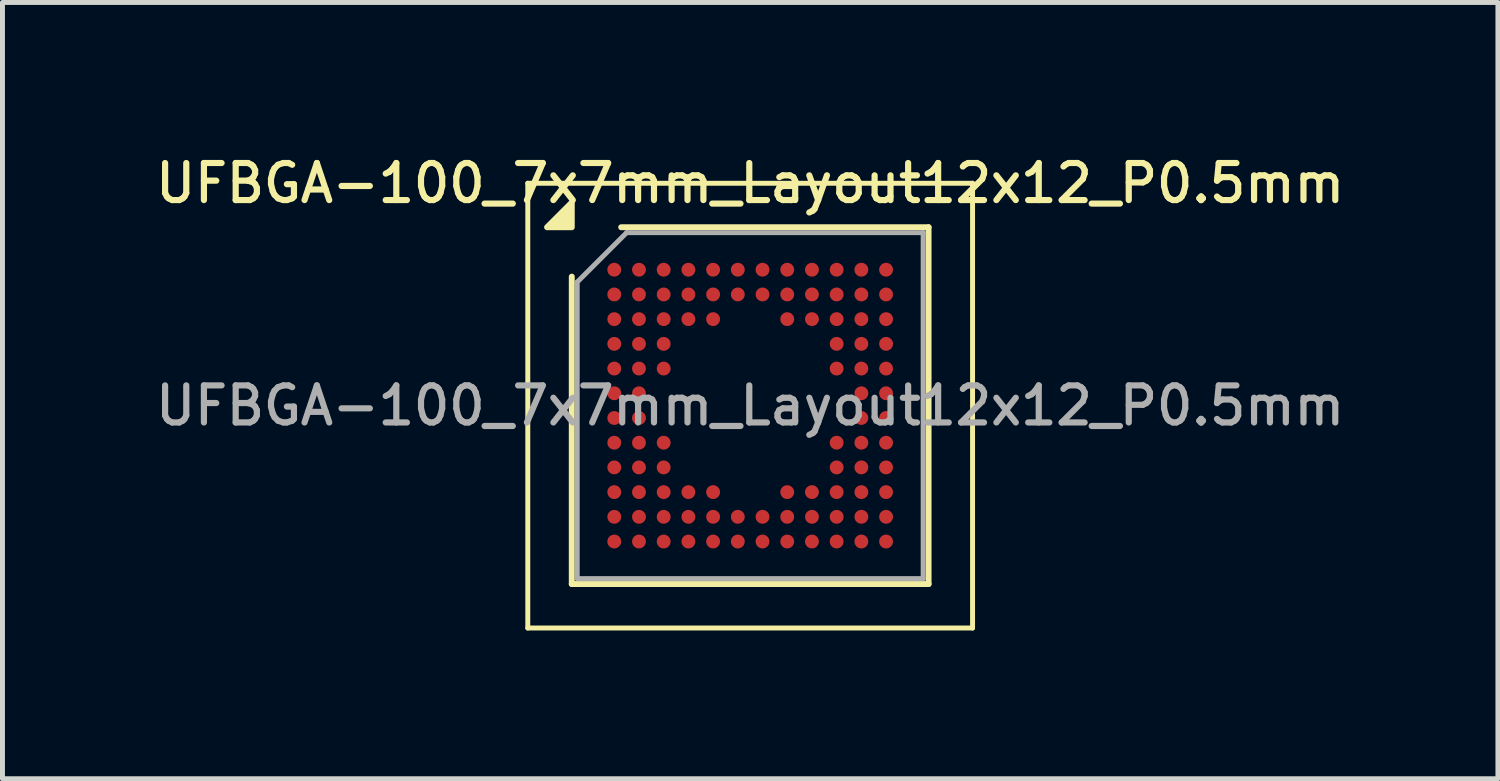
<source format=kicad_pcb>
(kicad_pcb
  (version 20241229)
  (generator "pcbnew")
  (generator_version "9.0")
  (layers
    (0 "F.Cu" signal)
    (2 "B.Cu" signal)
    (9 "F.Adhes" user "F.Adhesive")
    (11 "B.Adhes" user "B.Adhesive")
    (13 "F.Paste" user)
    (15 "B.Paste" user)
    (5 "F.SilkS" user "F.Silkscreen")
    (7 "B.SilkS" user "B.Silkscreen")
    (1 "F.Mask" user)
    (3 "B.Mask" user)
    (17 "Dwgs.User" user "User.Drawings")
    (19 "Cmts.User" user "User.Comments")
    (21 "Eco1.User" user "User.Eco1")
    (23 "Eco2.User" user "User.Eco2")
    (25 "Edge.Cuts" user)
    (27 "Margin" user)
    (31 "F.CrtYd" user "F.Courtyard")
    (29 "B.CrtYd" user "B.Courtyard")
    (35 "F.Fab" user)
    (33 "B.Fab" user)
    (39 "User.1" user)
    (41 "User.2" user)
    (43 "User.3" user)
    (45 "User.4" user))
  (footprint "UFBGA-100_7x7mm_Layout12x12_P0.5mm"
    (layer "F.Cu")
    (at 12.13 5.158)
    (property "Reference" "UFBGA-100_7x7mm_Layout12x12_P0.5mm" (at 0 -4.5 0) (layer "F.SilkS") (effects (font (size 0.75 0.75) (thickness 0.125))))
    (attr smd)
    (fp_line (start -4.5 -4.5) (end -4.5 4.5) (stroke (width 0.1) (type solid)) (layer "F.SilkS"))
    (fp_line (start -4.5 4.5) (end 4.5 4.5) (stroke (width 0.1) (type solid)) (layer "F.SilkS"))
    (fp_line (start -3.61 3.61) (end -3.61 -2.61) (stroke (width 0.12) (type solid)) (layer "F.SilkS"))
    (fp_line (start -2.61 -3.61) (end 3.61 -3.61) (stroke (width 0.12) (type solid)) (layer "F.SilkS"))
    (fp_line (start 3.61 -3.61) (end 3.61 3.61) (stroke (width 0.12) (type solid)) (layer "F.SilkS"))
    (fp_line (start 3.61 3.61) (end -3.61 3.61) (stroke (width 0.12) (type solid)) (layer "F.SilkS"))
    (fp_line (start 4.5 -4.5) (end -4.5 -4.5) (stroke (width 0.1) (type solid)) (layer "F.SilkS"))
    (fp_line (start 4.5 4.5) (end 4.5 -4.5) (stroke (width 0.1) (type solid)) (layer "F.SilkS"))
    (fp_poly (pts (xy -3.61 -3.61) (xy -4.11 -3.61) (xy -3.61 -4.11) (xy -3.61 -3.61)) (stroke (width 0.12) (type solid)) (fill yes) (layer "F.SilkS"))
    (fp_line (start -3.5 -2.5) (end -2.5 -3.5) (stroke (width 0.1) (type solid)) (layer "F.Fab"))
    (fp_line (start -3.5 3.5) (end -3.5 -2.5) (stroke (width 0.1) (type solid)) (layer "F.Fab"))
    (fp_line (start -2.5 -3.5) (end 3.5 -3.5) (stroke (width 0.1) (type solid)) (layer "F.Fab"))
    (fp_line (start 3.5 -3.5) (end 3.5 3.5) (stroke (width 0.1) (type solid)) (layer "F.Fab"))
    (fp_line (start 3.5 3.5) (end -3.5 3.5) (stroke (width 0.1) (type solid)) (layer "F.Fab"))
    (fp_text user "${REFERENCE}" (at 0 0 0) (layer "F.Fab") (effects (font (size 0.75 0.75) (thickness 0.125))))
    (pad "A1" smd circle (at -2.75 -2.75) (size 0.28 0.28) (property pad_prop_bga) (layers "F.Cu" "F.Mask" "F.Paste"))
    (pad "A2" smd circle (at -2.25 -2.75) (size 0.28 0.28) (property pad_prop_bga) (layers "F.Cu" "F.Mask" "F.Paste"))
    (pad "A3" smd circle (at -1.75 -2.75) (size 0.28 0.28) (property pad_prop_bga) (layers "F.Cu" "F.Mask" "F.Paste"))
    (pad "A4" smd circle (at -1.25 -2.75) (size 0.28 0.28) (property pad_prop_bga) (layers "F.Cu" "F.Mask" "F.Paste"))
    (pad "A5" smd circle (at -0.75 -2.75) (size 0.28 0.28) (property pad_prop_bga) (layers "F.Cu" "F.Mask" "F.Paste"))
    (pad "A6" smd circle (at -0.25 -2.75) (size 0.28 0.28) (property pad_prop_bga) (layers "F.Cu" "F.Mask" "F.Paste"))
    (pad "A7" smd circle (at 0.25 -2.75) (size 0.28 0.28) (property pad_prop_bga) (layers "F.Cu" "F.Mask" "F.Paste"))
    (pad "A8" smd circle (at 0.75 -2.75) (size 0.28 0.28) (property pad_prop_bga) (layers "F.Cu" "F.Mask" "F.Paste"))
    (pad "A9" smd circle (at 1.25 -2.75) (size 0.28 0.28) (property pad_prop_bga) (layers "F.Cu" "F.Mask" "F.Paste"))
    (pad "A10" smd circle (at 1.75 -2.75) (size 0.28 0.28) (property pad_prop_bga) (layers "F.Cu" "F.Mask" "F.Paste"))
    (pad "A11" smd circle (at 2.25 -2.75) (size 0.28 0.28) (property pad_prop_bga) (layers "F.Cu" "F.Mask" "F.Paste"))
    (pad "A12" smd circle (at 2.75 -2.75) (size 0.28 0.28) (property pad_prop_bga) (layers "F.Cu" "F.Mask" "F.Paste"))
    (pad "B1" smd circle (at -2.75 -2.25) (size 0.28 0.28) (property pad_prop_bga) (layers "F.Cu" "F.Mask" "F.Paste"))
    (pad "B2" smd circle (at -2.25 -2.25) (size 0.28 0.28) (property pad_prop_bga) (layers "F.Cu" "F.Mask" "F.Paste"))
    (pad "B3" smd circle (at -1.75 -2.25) (size 0.28 0.28) (property pad_prop_bga) (layers "F.Cu" "F.Mask" "F.Paste"))
    (pad "B4" smd circle (at -1.25 -2.25) (size 0.28 0.28) (property pad_prop_bga) (layers "F.Cu" "F.Mask" "F.Paste"))
    (pad "B5" smd circle (at -0.75 -2.25) (size 0.28 0.28) (property pad_prop_bga) (layers "F.Cu" "F.Mask" "F.Paste"))
    (pad "B6" smd circle (at -0.25 -2.25) (size 0.28 0.28) (property pad_prop_bga) (layers "F.Cu" "F.Mask" "F.Paste"))
    (pad "B7" smd circle (at 0.25 -2.25) (size 0.28 0.28) (property pad_prop_bga) (layers "F.Cu" "F.Mask" "F.Paste"))
    (pad "B8" smd circle (at 0.75 -2.25) (size 0.28 0.28) (property pad_prop_bga) (layers "F.Cu" "F.Mask" "F.Paste"))
    (pad "B9" smd circle (at 1.25 -2.25) (size 0.28 0.28) (property pad_prop_bga) (layers "F.Cu" "F.Mask" "F.Paste"))
    (pad "B10" smd circle (at 1.75 -2.25) (size 0.28 0.28) (property pad_prop_bga) (layers "F.Cu" "F.Mask" "F.Paste"))
    (pad "B11" smd circle (at 2.25 -2.25) (size 0.28 0.28) (property pad_prop_bga) (layers "F.Cu" "F.Mask" "F.Paste"))
    (pad "B12" smd circle (at 2.75 -2.25) (size 0.28 0.28) (property pad_prop_bga) (layers "F.Cu" "F.Mask" "F.Paste"))
    (pad "C1" smd circle (at -2.75 -1.75) (size 0.28 0.28) (property pad_prop_bga) (layers "F.Cu" "F.Mask" "F.Paste"))
    (pad "C2" smd circle (at -2.25 -1.75) (size 0.28 0.28) (property pad_prop_bga) (layers "F.Cu" "F.Mask" "F.Paste"))
    (pad "C3" smd circle (at -1.75 -1.75) (size 0.28 0.28) (property pad_prop_bga) (layers "F.Cu" "F.Mask" "F.Paste"))
    (pad "C4" smd circle (at -1.25 -1.75) (size 0.28 0.28) (property pad_prop_bga) (layers "F.Cu" "F.Mask" "F.Paste"))
    (pad "C5" smd circle (at -0.75 -1.75) (size 0.28 0.28) (property pad_prop_bga) (layers "F.Cu" "F.Mask" "F.Paste"))
    (pad "C8" smd circle (at 0.75 -1.75) (size 0.28 0.28) (property pad_prop_bga) (layers "F.Cu" "F.Mask" "F.Paste"))
    (pad "C9" smd circle (at 1.25 -1.75) (size 0.28 0.28) (property pad_prop_bga) (layers "F.Cu" "F.Mask" "F.Paste"))
    (pad "C10" smd circle (at 1.75 -1.75) (size 0.28 0.28) (property pad_prop_bga) (layers "F.Cu" "F.Mask" "F.Paste"))
    (pad "C11" smd circle (at 2.25 -1.75) (size 0.28 0.28) (property pad_prop_bga) (layers "F.Cu" "F.Mask" "F.Paste"))
    (pad "C12" smd circle (at 2.75 -1.75) (size 0.28 0.28) (property pad_prop_bga) (layers "F.Cu" "F.Mask" "F.Paste"))
    (pad "D1" smd circle (at -2.75 -1.25) (size 0.28 0.28) (property pad_prop_bga) (layers "F.Cu" "F.Mask" "F.Paste"))
    (pad "D2" smd circle (at -2.25 -1.25) (size 0.28 0.28) (property pad_prop_bga) (layers "F.Cu" "F.Mask" "F.Paste"))
    (pad "D3" smd circle (at -1.75 -1.25) (size 0.28 0.28) (property pad_prop_bga) (layers "F.Cu" "F.Mask" "F.Paste"))
    (pad "D10" smd circle (at 1.75 -1.25) (size 0.28 0.28) (property pad_prop_bga) (layers "F.Cu" "F.Mask" "F.Paste"))
    (pad "D11" smd circle (at 2.25 -1.25) (size 0.28 0.28) (property pad_prop_bga) (layers "F.Cu" "F.Mask" "F.Paste"))
    (pad "D12" smd circle (at 2.75 -1.25) (size 0.28 0.28) (property pad_prop_bga) (layers "F.Cu" "F.Mask" "F.Paste"))
    (pad "E1" smd circle (at -2.75 -0.75) (size 0.28 0.28) (property pad_prop_bga) (layers "F.Cu" "F.Mask" "F.Paste"))
    (pad "E2" smd circle (at -2.25 -0.75) (size 0.28 0.28) (property pad_prop_bga) (layers "F.Cu" "F.Mask" "F.Paste"))
    (pad "E3" smd circle (at -1.75 -0.75) (size 0.28 0.28) (property pad_prop_bga) (layers "F.Cu" "F.Mask" "F.Paste"))
    (pad "E10" smd circle (at 1.75 -0.75) (size 0.28 0.28) (property pad_prop_bga) (layers "F.Cu" "F.Mask" "F.Paste"))
    (pad "E11" smd circle (at 2.25 -0.75) (size 0.28 0.28) (property pad_prop_bga) (layers "F.Cu" "F.Mask" "F.Paste"))
    (pad "E12" smd circle (at 2.75 -0.75) (size 0.28 0.28) (property pad_prop_bga) (layers "F.Cu" "F.Mask" "F.Paste"))
    (pad "F1" smd circle (at -2.75 -0.25) (size 0.28 0.28) (property pad_prop_bga) (layers "F.Cu" "F.Mask" "F.Paste"))
    (pad "F2" smd circle (at -2.25 -0.25) (size 0.28 0.28) (property pad_prop_bga) (layers "F.Cu" "F.Mask" "F.Paste"))
    (pad "F11" smd circle (at 2.25 -0.25) (size 0.28 0.28) (property pad_prop_bga) (layers "F.Cu" "F.Mask" "F.Paste"))
    (pad "F12" smd circle (at 2.75 -0.25) (size 0.28 0.28) (property pad_prop_bga) (layers "F.Cu" "F.Mask" "F.Paste"))
    (pad "G1" smd circle (at -2.75 0.25) (size 0.28 0.28) (property pad_prop_bga) (layers "F.Cu" "F.Mask" "F.Paste"))
    (pad "G2" smd circle (at -2.25 0.25) (size 0.28 0.28) (property pad_prop_bga) (layers "F.Cu" "F.Mask" "F.Paste"))
    (pad "G11" smd circle (at 2.25 0.25) (size 0.28 0.28) (property pad_prop_bga) (layers "F.Cu" "F.Mask" "F.Paste"))
    (pad "G12" smd circle (at 2.75 0.25) (size 0.28 0.28) (property pad_prop_bga) (layers "F.Cu" "F.Mask" "F.Paste"))
    (pad "H1" smd circle (at -2.75 0.75) (size 0.28 0.28) (property pad_prop_bga) (layers "F.Cu" "F.Mask" "F.Paste"))
    (pad "H2" smd circle (at -2.25 0.75) (size 0.28 0.28) (property pad_prop_bga) (layers "F.Cu" "F.Mask" "F.Paste"))
    (pad "H3" smd circle (at -1.75 0.75) (size 0.28 0.28) (property pad_prop_bga) (layers "F.Cu" "F.Mask" "F.Paste"))
    (pad "H10" smd circle (at 1.75 0.75) (size 0.28 0.28) (property pad_prop_bga) (layers "F.Cu" "F.Mask" "F.Paste"))
    (pad "H11" smd circle (at 2.25 0.75) (size 0.28 0.28) (property pad_prop_bga) (layers "F.Cu" "F.Mask" "F.Paste"))
    (pad "H12" smd circle (at 2.75 0.75) (size 0.28 0.28) (property pad_prop_bga) (layers "F.Cu" "F.Mask" "F.Paste"))
    (pad "J1" smd circle (at -2.75 1.25) (size 0.28 0.28) (property pad_prop_bga) (layers "F.Cu" "F.Mask" "F.Paste"))
    (pad "J2" smd circle (at -2.25 1.25) (size 0.28 0.28) (property pad_prop_bga) (layers "F.Cu" "F.Mask" "F.Paste"))
    (pad "J3" smd circle (at -1.75 1.25) (size 0.28 0.28) (property pad_prop_bga) (layers "F.Cu" "F.Mask" "F.Paste"))
    (pad "J10" smd circle (at 1.75 1.25) (size 0.28 0.28) (property pad_prop_bga) (layers "F.Cu" "F.Mask" "F.Paste"))
    (pad "J11" smd circle (at 2.25 1.25) (size 0.28 0.28) (property pad_prop_bga) (layers "F.Cu" "F.Mask" "F.Paste"))
    (pad "J12" smd circle (at 2.75 1.25) (size 0.28 0.28) (property pad_prop_bga) (layers "F.Cu" "F.Mask" "F.Paste"))
    (pad "K1" smd circle (at -2.75 1.75) (size 0.28 0.28) (property pad_prop_bga) (layers "F.Cu" "F.Mask" "F.Paste"))
    (pad "K2" smd circle (at -2.25 1.75) (size 0.28 0.28) (property pad_prop_bga) (layers "F.Cu" "F.Mask" "F.Paste"))
    (pad "K3" smd circle (at -1.75 1.75) (size 0.28 0.28) (property pad_prop_bga) (layers "F.Cu" "F.Mask" "F.Paste"))
    (pad "K4" smd circle (at -1.25 1.75) (size 0.28 0.28) (property pad_prop_bga) (layers "F.Cu" "F.Mask" "F.Paste"))
    (pad "K5" smd circle (at -0.75 1.75) (size 0.28 0.28) (property pad_prop_bga) (layers "F.Cu" "F.Mask" "F.Paste"))
    (pad "K8" smd circle (at 0.75 1.75) (size 0.28 0.28) (property pad_prop_bga) (layers "F.Cu" "F.Mask" "F.Paste"))
    (pad "K9" smd circle (at 1.25 1.75) (size 0.28 0.28) (property pad_prop_bga) (layers "F.Cu" "F.Mask" "F.Paste"))
    (pad "K10" smd circle (at 1.75 1.75) (size 0.28 0.28) (property pad_prop_bga) (layers "F.Cu" "F.Mask" "F.Paste"))
    (pad "K11" smd circle (at 2.25 1.75) (size 0.28 0.28) (property pad_prop_bga) (layers "F.Cu" "F.Mask" "F.Paste"))
    (pad "K12" smd circle (at 2.75 1.75) (size 0.28 0.28) (property pad_prop_bga) (layers "F.Cu" "F.Mask" "F.Paste"))
    (pad "L1" smd circle (at -2.75 2.25) (size 0.28 0.28) (property pad_prop_bga) (layers "F.Cu" "F.Mask" "F.Paste"))
    (pad "L2" smd circle (at -2.25 2.25) (size 0.28 0.28) (property pad_prop_bga) (layers "F.Cu" "F.Mask" "F.Paste"))
    (pad "L3" smd circle (at -1.75 2.25) (size 0.28 0.28) (property pad_prop_bga) (layers "F.Cu" "F.Mask" "F.Paste"))
    (pad "L4" smd circle (at -1.25 2.25) (size 0.28 0.28) (property pad_prop_bga) (layers "F.Cu" "F.Mask" "F.Paste"))
    (pad "L5" smd circle (at -0.75 2.25) (size 0.28 0.28) (property pad_prop_bga) (layers "F.Cu" "F.Mask" "F.Paste"))
    (pad "L6" smd circle (at -0.25 2.25) (size 0.28 0.28) (property pad_prop_bga) (layers "F.Cu" "F.Mask" "F.Paste"))
    (pad "L7" smd circle (at 0.25 2.25) (size 0.28 0.28) (property pad_prop_bga) (layers "F.Cu" "F.Mask" "F.Paste"))
    (pad "L8" smd circle (at 0.75 2.25) (size 0.28 0.28) (property pad_prop_bga) (layers "F.Cu" "F.Mask" "F.Paste"))
    (pad "L9" smd circle (at 1.25 2.25) (size 0.28 0.28) (property pad_prop_bga) (layers "F.Cu" "F.Mask" "F.Paste"))
    (pad "L10" smd circle (at 1.75 2.25) (size 0.28 0.28) (property pad_prop_bga) (layers "F.Cu" "F.Mask" "F.Paste"))
    (pad "L11" smd circle (at 2.25 2.25) (size 0.28 0.28) (property pad_prop_bga) (layers "F.Cu" "F.Mask" "F.Paste"))
    (pad "L12" smd circle (at 2.75 2.25) (size 0.28 0.28) (property pad_prop_bga) (layers "F.Cu" "F.Mask" "F.Paste"))
    (pad "M1" smd circle (at -2.75 2.75) (size 0.28 0.28) (property pad_prop_bga) (layers "F.Cu" "F.Mask" "F.Paste"))
    (pad "M2" smd circle (at -2.25 2.75) (size 0.28 0.28) (property pad_prop_bga) (layers "F.Cu" "F.Mask" "F.Paste"))
    (pad "M3" smd circle (at -1.75 2.75) (size 0.28 0.28) (property pad_prop_bga) (layers "F.Cu" "F.Mask" "F.Paste"))
    (pad "M4" smd circle (at -1.25 2.75) (size 0.28 0.28) (property pad_prop_bga) (layers "F.Cu" "F.Mask" "F.Paste"))
    (pad "M5" smd circle (at -0.75 2.75) (size 0.28 0.28) (property pad_prop_bga) (layers "F.Cu" "F.Mask" "F.Paste"))
    (pad "M6" smd circle (at -0.25 2.75) (size 0.28 0.28) (property pad_prop_bga) (layers "F.Cu" "F.Mask" "F.Paste"))
    (pad "M7" smd circle (at 0.25 2.75) (size 0.28 0.28) (property pad_prop_bga) (layers "F.Cu" "F.Mask" "F.Paste"))
    (pad "M8" smd circle (at 0.75 2.75) (size 0.28 0.28) (property pad_prop_bga) (layers "F.Cu" "F.Mask" "F.Paste"))
    (pad "M9" smd circle (at 1.25 2.75) (size 0.28 0.28) (property pad_prop_bga) (layers "F.Cu" "F.Mask" "F.Paste"))
    (pad "M10" smd circle (at 1.75 2.75) (size 0.28 0.28) (property pad_prop_bga) (layers "F.Cu" "F.Mask" "F.Paste"))
    (pad "M11" smd circle (at 2.25 2.75) (size 0.28 0.28) (property pad_prop_bga) (layers "F.Cu" "F.Mask" "F.Paste"))
    (pad "M12" smd circle (at 2.75 2.75) (size 0.28 0.28) (property pad_prop_bga) (layers "F.Cu" "F.Mask" "F.Paste")))
  (gr_rect
    (start -3 -3)
    (end 27.261 12.708)
    (stroke (width 0.1) (type default))
    (fill no)
    (layer "Edge.Cuts")))
</source>
